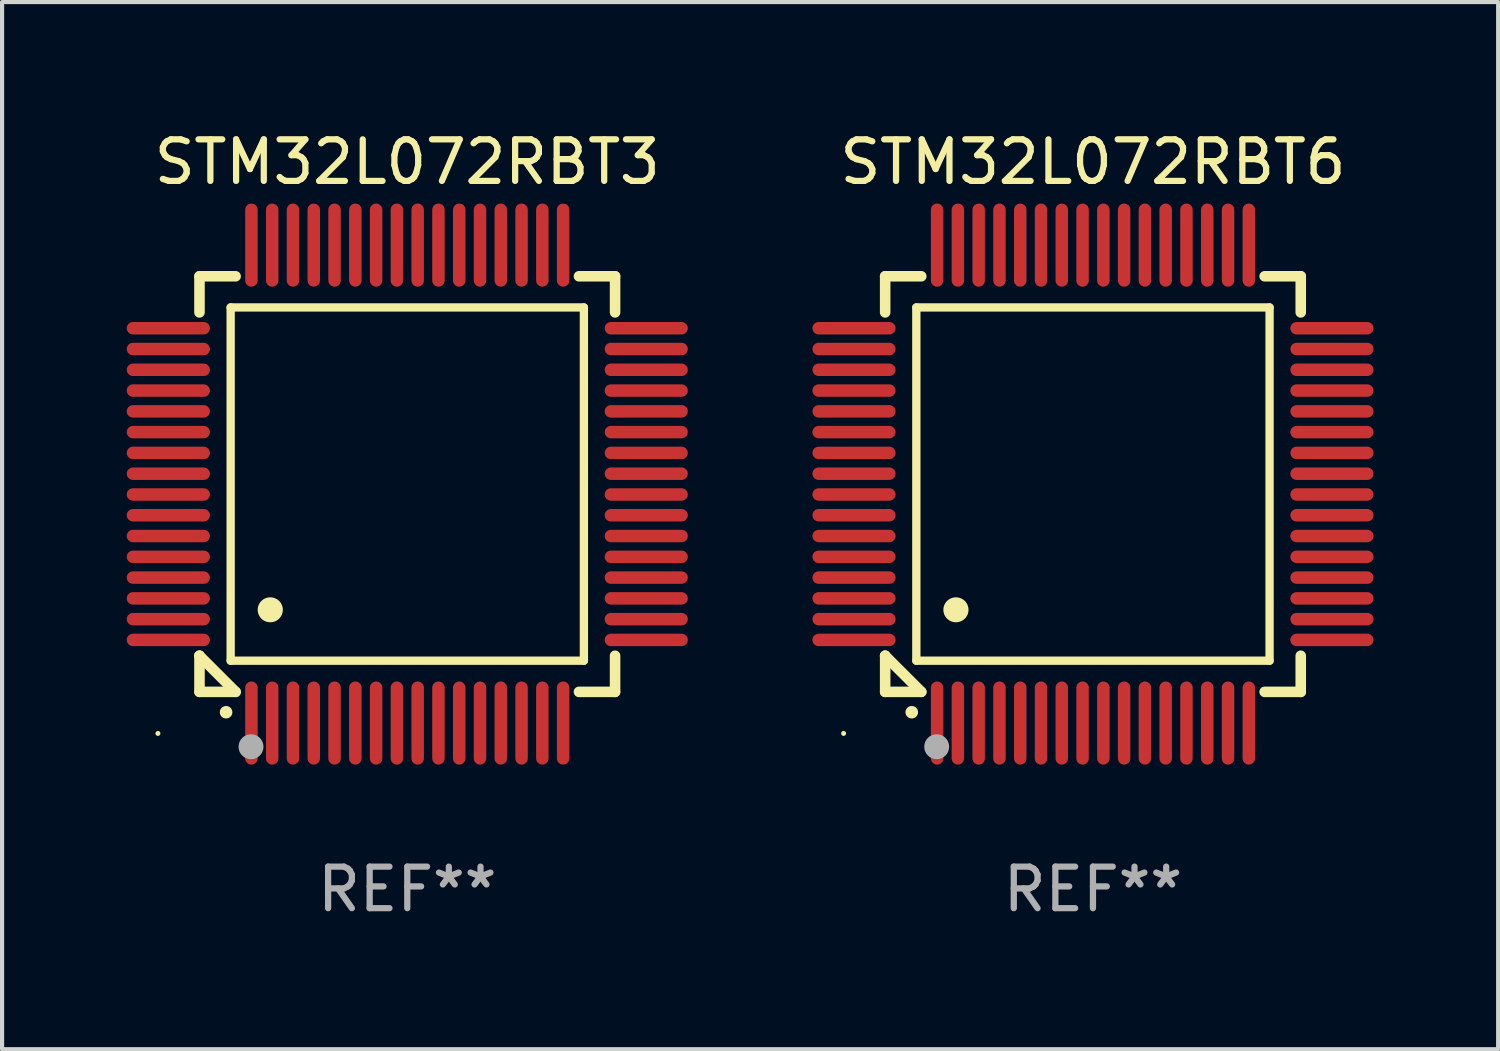
<source format=kicad_pcb>
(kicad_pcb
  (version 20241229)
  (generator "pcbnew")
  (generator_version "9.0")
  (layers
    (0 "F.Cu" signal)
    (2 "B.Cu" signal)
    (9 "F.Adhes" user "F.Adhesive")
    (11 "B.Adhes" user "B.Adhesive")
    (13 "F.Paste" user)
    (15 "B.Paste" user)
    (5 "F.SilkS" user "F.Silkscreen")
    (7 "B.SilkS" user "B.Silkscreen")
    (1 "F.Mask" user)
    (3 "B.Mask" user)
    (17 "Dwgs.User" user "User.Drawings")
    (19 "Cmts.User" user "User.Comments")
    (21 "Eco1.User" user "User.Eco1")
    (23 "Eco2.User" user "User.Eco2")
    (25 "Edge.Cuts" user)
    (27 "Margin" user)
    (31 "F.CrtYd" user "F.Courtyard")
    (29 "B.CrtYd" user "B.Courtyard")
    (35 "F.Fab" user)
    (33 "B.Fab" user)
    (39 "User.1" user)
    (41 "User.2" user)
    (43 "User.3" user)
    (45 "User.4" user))
  (footprint "STM32L072RBT6"
    (layer "F.Cu")
    (at 23.249 8.598)
    (property "Reference" "STM32L072RBT6" (at 0 -7.75 0) (layer "F.SilkS") (effects (font (size 1 1) (thickness 0.15))))
    (attr through_hole)
    (fp_line (start -5 -5) (end -4.131 -5) (stroke (width 0.254) (type solid)) (layer "F.SilkS"))
    (fp_line (start -5 -4.131) (end -5 -5) (stroke (width 0.254) (type solid)) (layer "F.SilkS"))
    (fp_line (start -5 4.131) (end -5 4.131) (stroke (width 0.254) (type solid)) (layer "F.SilkS"))
    (fp_line (start -5 5) (end -5 4.131) (stroke (width 0.254) (type solid)) (layer "F.SilkS"))
    (fp_line (start -5 4.131) (end -4.131 5) (stroke (width 0.254) (type solid)) (layer "F.SilkS"))
    (fp_line (start -4.25 -4.25) (end -4.25 4.25) (stroke (width 0.2) (type solid)) (layer "F.SilkS"))
    (fp_line (start -4.25 4.25) (end 4.25 4.25) (stroke (width 0.2) (type solid)) (layer "F.SilkS"))
    (fp_line (start -4.131 5) (end -5 5) (stroke (width 0.254) (type solid)) (layer "F.SilkS"))
    (fp_line (start 4.25 -4.25) (end -4.25 -4.25) (stroke (width 0.2) (type solid)) (layer "F.SilkS"))
    (fp_line (start 4.25 4.25) (end 4.25 -4.25) (stroke (width 0.2) (type solid)) (layer "F.SilkS"))
    (fp_line (start 5 -5) (end 4.131 -5) (stroke (width 0.254) (type solid)) (layer "F.SilkS"))
    (fp_line (start 5 -5) (end 5 -4.131) (stroke (width 0.254) (type solid)) (layer "F.SilkS"))
    (fp_line (start 5 4.131) (end 5 5) (stroke (width 0.254) (type solid)) (layer "F.SilkS"))
    (fp_line (start 5 5) (end 4.131 5) (stroke (width 0.254) (type solid)) (layer "F.SilkS"))
    (fp_arc (start -4.361265 5.489992) (mid -4.359995 5.489987) (end -4.358725 5.489992) (stroke (width 0.3) (type solid)) (layer "F.SilkS"))
    (fp_arc (start -3.299467 3.025146) (mid -3.296927 3.025135) (end -3.294387 3.025146) (stroke (width 0.6) (type solid)) (layer "F.SilkS"))
    (fp_circle (center -6 6) (end -5.97 6) (stroke (width 0.06) (type solid)) (fill no) (layer "F.SilkS"))
    (fp_circle (center -3.76 6.32) (end -3.61 6.32) (stroke (width 0.3) (type solid)) (fill no) (layer "F.Fab"))
    (fp_text user "REF**" (at 0 9.75 0) (layer "F.Fab") (effects (font (size 1 1) (thickness 0.15))))
    (pad "1" smd oval (at -3.75 5.75) (size 0.3 2) (layers "F.Cu" "F.Mask" "F.Paste"))
    (pad "2" smd oval (at -3.25 5.75) (size 0.3 2) (layers "F.Cu" "F.Mask" "F.Paste"))
    (pad "3" smd oval (at -2.75 5.75) (size 0.3 2) (layers "F.Cu" "F.Mask" "F.Paste"))
    (pad "4" smd oval (at -2.25 5.75) (size 0.3 2) (layers "F.Cu" "F.Mask" "F.Paste"))
    (pad "5" smd oval (at -1.75 5.75) (size 0.3 2) (layers "F.Cu" "F.Mask" "F.Paste"))
    (pad "6" smd oval (at -1.25 5.75) (size 0.3 2) (layers "F.Cu" "F.Mask" "F.Paste"))
    (pad "7" smd oval (at -0.75 5.75) (size 0.3 2) (layers "F.Cu" "F.Mask" "F.Paste"))
    (pad "8" smd oval (at -0.25 5.75) (size 0.3 2) (layers "F.Cu" "F.Mask" "F.Paste"))
    (pad "9" smd oval (at 0.25 5.75) (size 0.3 2) (layers "F.Cu" "F.Mask" "F.Paste"))
    (pad "10" smd oval (at 0.75 5.75) (size 0.3 2) (layers "F.Cu" "F.Mask" "F.Paste"))
    (pad "11" smd oval (at 1.25 5.75) (size 0.3 2) (layers "F.Cu" "F.Mask" "F.Paste"))
    (pad "12" smd oval (at 1.75 5.75) (size 0.3 2) (layers "F.Cu" "F.Mask" "F.Paste"))
    (pad "13" smd oval (at 2.25 5.75) (size 0.3 2) (layers "F.Cu" "F.Mask" "F.Paste"))
    (pad "14" smd oval (at 2.75 5.75) (size 0.3 2) (layers "F.Cu" "F.Mask" "F.Paste"))
    (pad "15" smd oval (at 3.25 5.75) (size 0.3 2) (layers "F.Cu" "F.Mask" "F.Paste"))
    (pad "16" smd oval (at 3.75 5.75) (size 0.3 2) (layers "F.Cu" "F.Mask" "F.Paste"))
    (pad "17" smd oval (at 5.75 3.75) (size 2 0.3) (layers "F.Cu" "F.Mask" "F.Paste"))
    (pad "18" smd oval (at 5.75 3.25) (size 2 0.3) (layers "F.Cu" "F.Mask" "F.Paste"))
    (pad "19" smd oval (at 5.75 2.75) (size 2 0.3) (layers "F.Cu" "F.Mask" "F.Paste"))
    (pad "20" smd oval (at 5.75 2.25) (size 2 0.3) (layers "F.Cu" "F.Mask" "F.Paste"))
    (pad "21" smd oval (at 5.75 1.75) (size 2 0.3) (layers "F.Cu" "F.Mask" "F.Paste"))
    (pad "22" smd oval (at 5.75 1.25) (size 2 0.3) (layers "F.Cu" "F.Mask" "F.Paste"))
    (pad "23" smd oval (at 5.75 0.75) (size 2 0.3) (layers "F.Cu" "F.Mask" "F.Paste"))
    (pad "24" smd oval (at 5.75 0.25) (size 2 0.3) (layers "F.Cu" "F.Mask" "F.Paste"))
    (pad "25" smd oval (at 5.75 -0.25) (size 2 0.3) (layers "F.Cu" "F.Mask" "F.Paste"))
    (pad "26" smd oval (at 5.75 -0.75) (size 2 0.3) (layers "F.Cu" "F.Mask" "F.Paste"))
    (pad "27" smd oval (at 5.75 -1.25) (size 2 0.3) (layers "F.Cu" "F.Mask" "F.Paste"))
    (pad "28" smd oval (at 5.75 -1.75) (size 2 0.3) (layers "F.Cu" "F.Mask" "F.Paste"))
    (pad "29" smd oval (at 5.75 -2.25) (size 2 0.3) (layers "F.Cu" "F.Mask" "F.Paste"))
    (pad "30" smd oval (at 5.75 -2.75) (size 2 0.3) (layers "F.Cu" "F.Mask" "F.Paste"))
    (pad "31" smd oval (at 5.75 -3.25) (size 2 0.3) (layers "F.Cu" "F.Mask" "F.Paste"))
    (pad "32" smd oval (at 5.75 -3.75) (size 2 0.3) (layers "F.Cu" "F.Mask" "F.Paste"))
    (pad "33" smd oval (at 3.75 -5.75) (size 0.3 2) (layers "F.Cu" "F.Mask" "F.Paste"))
    (pad "34" smd oval (at 3.25 -5.75) (size 0.3 2) (layers "F.Cu" "F.Mask" "F.Paste"))
    (pad "35" smd oval (at 2.75 -5.75) (size 0.3 2) (layers "F.Cu" "F.Mask" "F.Paste"))
    (pad "36" smd oval (at 2.25 -5.75) (size 0.3 2) (layers "F.Cu" "F.Mask" "F.Paste"))
    (pad "37" smd oval (at 1.75 -5.75) (size 0.3 2) (layers "F.Cu" "F.Mask" "F.Paste"))
    (pad "38" smd oval (at 1.25 -5.75) (size 0.3 2) (layers "F.Cu" "F.Mask" "F.Paste"))
    (pad "39" smd oval (at 0.75 -5.75) (size 0.3 2) (layers "F.Cu" "F.Mask" "F.Paste"))
    (pad "40" smd oval (at 0.25 -5.75) (size 0.3 2) (layers "F.Cu" "F.Mask" "F.Paste"))
    (pad "41" smd oval (at -0.25 -5.75) (size 0.3 2) (layers "F.Cu" "F.Mask" "F.Paste"))
    (pad "42" smd oval (at -0.75 -5.75) (size 0.3 2) (layers "F.Cu" "F.Mask" "F.Paste"))
    (pad "43" smd oval (at -1.25 -5.75) (size 0.3 2) (layers "F.Cu" "F.Mask" "F.Paste"))
    (pad "44" smd oval (at -1.75 -5.75) (size 0.3 2) (layers "F.Cu" "F.Mask" "F.Paste"))
    (pad "45" smd oval (at -2.25 -5.75) (size 0.3 2) (layers "F.Cu" "F.Mask" "F.Paste"))
    (pad "46" smd oval (at -2.75 -5.75) (size 0.3 2) (layers "F.Cu" "F.Mask" "F.Paste"))
    (pad "47" smd oval (at -3.25 -5.75) (size 0.3 2) (layers "F.Cu" "F.Mask" "F.Paste"))
    (pad "48" smd oval (at -3.75 -5.75) (size 0.3 2) (layers "F.Cu" "F.Mask" "F.Paste"))
    (pad "49" smd oval (at -5.75 -3.75) (size 2 0.3) (layers "F.Cu" "F.Mask" "F.Paste"))
    (pad "50" smd oval (at -5.75 -3.25) (size 2 0.3) (layers "F.Cu" "F.Mask" "F.Paste"))
    (pad "51" smd oval (at -5.75 -2.75) (size 2 0.3) (layers "F.Cu" "F.Mask" "F.Paste"))
    (pad "52" smd oval (at -5.75 -2.25) (size 2 0.3) (layers "F.Cu" "F.Mask" "F.Paste"))
    (pad "53" smd oval (at -5.75 -1.75) (size 2 0.3) (layers "F.Cu" "F.Mask" "F.Paste"))
    (pad "54" smd oval (at -5.75 -1.25) (size 2 0.3) (layers "F.Cu" "F.Mask" "F.Paste"))
    (pad "55" smd oval (at -5.75 -0.75) (size 2 0.3) (layers "F.Cu" "F.Mask" "F.Paste"))
    (pad "56" smd oval (at -5.75 -0.25) (size 2 0.3) (layers "F.Cu" "F.Mask" "F.Paste"))
    (pad "57" smd oval (at -5.75 0.25) (size 2 0.3) (layers "F.Cu" "F.Mask" "F.Paste"))
    (pad "58" smd oval (at -5.75 0.75) (size 2 0.3) (layers "F.Cu" "F.Mask" "F.Paste"))
    (pad "59" smd oval (at -5.75 1.25) (size 2 0.3) (layers "F.Cu" "F.Mask" "F.Paste"))
    (pad "60" smd oval (at -5.75 1.75) (size 2 0.3) (layers "F.Cu" "F.Mask" "F.Paste"))
    (pad "61" smd oval (at -5.75 2.25) (size 2 0.3) (layers "F.Cu" "F.Mask" "F.Paste"))
    (pad "62" smd oval (at -5.75 2.75) (size 2 0.3) (layers "F.Cu" "F.Mask" "F.Paste"))
    (pad "63" smd oval (at -5.75 3.25) (size 2 0.3) (layers "F.Cu" "F.Mask" "F.Paste"))
    (pad "64" smd oval (at -5.75 3.75) (size 2 0.3) (layers "F.Cu" "F.Mask" "F.Paste")))
  (footprint "STM32L072RBT3"
    (layer "F.Cu")
    (at 6.75 8.598)
    (property "Reference" "STM32L072RBT3" (at 0 -7.75 0) (layer "F.SilkS") (effects (font (size 1 1) (thickness 0.15))))
    (attr through_hole)
    (fp_line (start -5 -5) (end -4.131 -5) (stroke (width 0.254) (type solid)) (layer "F.SilkS"))
    (fp_line (start -5 -4.131) (end -5 -5) (stroke (width 0.254) (type solid)) (layer "F.SilkS"))
    (fp_line (start -5 4.131) (end -5 4.131) (stroke (width 0.254) (type solid)) (layer "F.SilkS"))
    (fp_line (start -5 5) (end -5 4.131) (stroke (width 0.254) (type solid)) (layer "F.SilkS"))
    (fp_line (start -5 4.131) (end -4.131 5) (stroke (width 0.254) (type solid)) (layer "F.SilkS"))
    (fp_line (start -4.25 -4.25) (end -4.25 4.25) (stroke (width 0.2) (type solid)) (layer "F.SilkS"))
    (fp_line (start -4.25 4.25) (end 4.25 4.25) (stroke (width 0.2) (type solid)) (layer "F.SilkS"))
    (fp_line (start -4.131 5) (end -5 5) (stroke (width 0.254) (type solid)) (layer "F.SilkS"))
    (fp_line (start 4.25 -4.25) (end -4.25 -4.25) (stroke (width 0.2) (type solid)) (layer "F.SilkS"))
    (fp_line (start 4.25 4.25) (end 4.25 -4.25) (stroke (width 0.2) (type solid)) (layer "F.SilkS"))
    (fp_line (start 5 -5) (end 4.131 -5) (stroke (width 0.254) (type solid)) (layer "F.SilkS"))
    (fp_line (start 5 -5) (end 5 -4.131) (stroke (width 0.254) (type solid)) (layer "F.SilkS"))
    (fp_line (start 5 4.131) (end 5 5) (stroke (width 0.254) (type solid)) (layer "F.SilkS"))
    (fp_line (start 5 5) (end 4.131 5) (stroke (width 0.254) (type solid)) (layer "F.SilkS"))
    (fp_arc (start -4.361265 5.489992) (mid -4.359995 5.489987) (end -4.358725 5.489992) (stroke (width 0.3) (type solid)) (layer "F.SilkS"))
    (fp_arc (start -3.299467 3.025146) (mid -3.296927 3.025135) (end -3.294387 3.025146) (stroke (width 0.6) (type solid)) (layer "F.SilkS"))
    (fp_circle (center -6 6) (end -5.97 6) (stroke (width 0.06) (type solid)) (fill no) (layer "F.SilkS"))
    (fp_circle (center -3.76 6.32) (end -3.61 6.32) (stroke (width 0.3) (type solid)) (fill no) (layer "F.Fab"))
    (fp_text user "REF**" (at 0 9.75 0) (layer "F.Fab") (effects (font (size 1 1) (thickness 0.15))))
    (pad "1" smd oval (at -3.75 5.75) (size 0.3 2) (layers "F.Cu" "F.Mask" "F.Paste"))
    (pad "2" smd oval (at -3.25 5.75) (size 0.3 2) (layers "F.Cu" "F.Mask" "F.Paste"))
    (pad "3" smd oval (at -2.75 5.75) (size 0.3 2) (layers "F.Cu" "F.Mask" "F.Paste"))
    (pad "4" smd oval (at -2.25 5.75) (size 0.3 2) (layers "F.Cu" "F.Mask" "F.Paste"))
    (pad "5" smd oval (at -1.75 5.75) (size 0.3 2) (layers "F.Cu" "F.Mask" "F.Paste"))
    (pad "6" smd oval (at -1.25 5.75) (size 0.3 2) (layers "F.Cu" "F.Mask" "F.Paste"))
    (pad "7" smd oval (at -0.75 5.75) (size 0.3 2) (layers "F.Cu" "F.Mask" "F.Paste"))
    (pad "8" smd oval (at -0.25 5.75) (size 0.3 2) (layers "F.Cu" "F.Mask" "F.Paste"))
    (pad "9" smd oval (at 0.25 5.75) (size 0.3 2) (layers "F.Cu" "F.Mask" "F.Paste"))
    (pad "10" smd oval (at 0.75 5.75) (size 0.3 2) (layers "F.Cu" "F.Mask" "F.Paste"))
    (pad "11" smd oval (at 1.25 5.75) (size 0.3 2) (layers "F.Cu" "F.Mask" "F.Paste"))
    (pad "12" smd oval (at 1.75 5.75) (size 0.3 2) (layers "F.Cu" "F.Mask" "F.Paste"))
    (pad "13" smd oval (at 2.25 5.75) (size 0.3 2) (layers "F.Cu" "F.Mask" "F.Paste"))
    (pad "14" smd oval (at 2.75 5.75) (size 0.3 2) (layers "F.Cu" "F.Mask" "F.Paste"))
    (pad "15" smd oval (at 3.25 5.75) (size 0.3 2) (layers "F.Cu" "F.Mask" "F.Paste"))
    (pad "16" smd oval (at 3.75 5.75) (size 0.3 2) (layers "F.Cu" "F.Mask" "F.Paste"))
    (pad "17" smd oval (at 5.75 3.75) (size 2 0.3) (layers "F.Cu" "F.Mask" "F.Paste"))
    (pad "18" smd oval (at 5.75 3.25) (size 2 0.3) (layers "F.Cu" "F.Mask" "F.Paste"))
    (pad "19" smd oval (at 5.75 2.75) (size 2 0.3) (layers "F.Cu" "F.Mask" "F.Paste"))
    (pad "20" smd oval (at 5.75 2.25) (size 2 0.3) (layers "F.Cu" "F.Mask" "F.Paste"))
    (pad "21" smd oval (at 5.75 1.75) (size 2 0.3) (layers "F.Cu" "F.Mask" "F.Paste"))
    (pad "22" smd oval (at 5.75 1.25) (size 2 0.3) (layers "F.Cu" "F.Mask" "F.Paste"))
    (pad "23" smd oval (at 5.75 0.75) (size 2 0.3) (layers "F.Cu" "F.Mask" "F.Paste"))
    (pad "24" smd oval (at 5.75 0.25) (size 2 0.3) (layers "F.Cu" "F.Mask" "F.Paste"))
    (pad "25" smd oval (at 5.75 -0.25) (size 2 0.3) (layers "F.Cu" "F.Mask" "F.Paste"))
    (pad "26" smd oval (at 5.75 -0.75) (size 2 0.3) (layers "F.Cu" "F.Mask" "F.Paste"))
    (pad "27" smd oval (at 5.75 -1.25) (size 2 0.3) (layers "F.Cu" "F.Mask" "F.Paste"))
    (pad "28" smd oval (at 5.75 -1.75) (size 2 0.3) (layers "F.Cu" "F.Mask" "F.Paste"))
    (pad "29" smd oval (at 5.75 -2.25) (size 2 0.3) (layers "F.Cu" "F.Mask" "F.Paste"))
    (pad "30" smd oval (at 5.75 -2.75) (size 2 0.3) (layers "F.Cu" "F.Mask" "F.Paste"))
    (pad "31" smd oval (at 5.75 -3.25) (size 2 0.3) (layers "F.Cu" "F.Mask" "F.Paste"))
    (pad "32" smd oval (at 5.75 -3.75) (size 2 0.3) (layers "F.Cu" "F.Mask" "F.Paste"))
    (pad "33" smd oval (at 3.75 -5.75) (size 0.3 2) (layers "F.Cu" "F.Mask" "F.Paste"))
    (pad "34" smd oval (at 3.25 -5.75) (size 0.3 2) (layers "F.Cu" "F.Mask" "F.Paste"))
    (pad "35" smd oval (at 2.75 -5.75) (size 0.3 2) (layers "F.Cu" "F.Mask" "F.Paste"))
    (pad "36" smd oval (at 2.25 -5.75) (size 0.3 2) (layers "F.Cu" "F.Mask" "F.Paste"))
    (pad "37" smd oval (at 1.75 -5.75) (size 0.3 2) (layers "F.Cu" "F.Mask" "F.Paste"))
    (pad "38" smd oval (at 1.25 -5.75) (size 0.3 2) (layers "F.Cu" "F.Mask" "F.Paste"))
    (pad "39" smd oval (at 0.75 -5.75) (size 0.3 2) (layers "F.Cu" "F.Mask" "F.Paste"))
    (pad "40" smd oval (at 0.25 -5.75) (size 0.3 2) (layers "F.Cu" "F.Mask" "F.Paste"))
    (pad "41" smd oval (at -0.25 -5.75) (size 0.3 2) (layers "F.Cu" "F.Mask" "F.Paste"))
    (pad "42" smd oval (at -0.75 -5.75) (size 0.3 2) (layers "F.Cu" "F.Mask" "F.Paste"))
    (pad "43" smd oval (at -1.25 -5.75) (size 0.3 2) (layers "F.Cu" "F.Mask" "F.Paste"))
    (pad "44" smd oval (at -1.75 -5.75) (size 0.3 2) (layers "F.Cu" "F.Mask" "F.Paste"))
    (pad "45" smd oval (at -2.25 -5.75) (size 0.3 2) (layers "F.Cu" "F.Mask" "F.Paste"))
    (pad "46" smd oval (at -2.75 -5.75) (size 0.3 2) (layers "F.Cu" "F.Mask" "F.Paste"))
    (pad "47" smd oval (at -3.25 -5.75) (size 0.3 2) (layers "F.Cu" "F.Mask" "F.Paste"))
    (pad "48" smd oval (at -3.75 -5.75) (size 0.3 2) (layers "F.Cu" "F.Mask" "F.Paste"))
    (pad "49" smd oval (at -5.75 -3.75) (size 2 0.3) (layers "F.Cu" "F.Mask" "F.Paste"))
    (pad "50" smd oval (at -5.75 -3.25) (size 2 0.3) (layers "F.Cu" "F.Mask" "F.Paste"))
    (pad "51" smd oval (at -5.75 -2.75) (size 2 0.3) (layers "F.Cu" "F.Mask" "F.Paste"))
    (pad "52" smd oval (at -5.75 -2.25) (size 2 0.3) (layers "F.Cu" "F.Mask" "F.Paste"))
    (pad "53" smd oval (at -5.75 -1.75) (size 2 0.3) (layers "F.Cu" "F.Mask" "F.Paste"))
    (pad "54" smd oval (at -5.75 -1.25) (size 2 0.3) (layers "F.Cu" "F.Mask" "F.Paste"))
    (pad "55" smd oval (at -5.75 -0.75) (size 2 0.3) (layers "F.Cu" "F.Mask" "F.Paste"))
    (pad "56" smd oval (at -5.75 -0.25) (size 2 0.3) (layers "F.Cu" "F.Mask" "F.Paste"))
    (pad "57" smd oval (at -5.75 0.25) (size 2 0.3) (layers "F.Cu" "F.Mask" "F.Paste"))
    (pad "58" smd oval (at -5.75 0.75) (size 2 0.3) (layers "F.Cu" "F.Mask" "F.Paste"))
    (pad "59" smd oval (at -5.75 1.25) (size 2 0.3) (layers "F.Cu" "F.Mask" "F.Paste"))
    (pad "60" smd oval (at -5.75 1.75) (size 2 0.3) (layers "F.Cu" "F.Mask" "F.Paste"))
    (pad "61" smd oval (at -5.75 2.25) (size 2 0.3) (layers "F.Cu" "F.Mask" "F.Paste"))
    (pad "62" smd oval (at -5.75 2.75) (size 2 0.3) (layers "F.Cu" "F.Mask" "F.Paste"))
    (pad "63" smd oval (at -5.75 3.25) (size 2 0.3) (layers "F.Cu" "F.Mask" "F.Paste"))
    (pad "64" smd oval (at -5.75 3.75) (size 2 0.3) (layers "F.Cu" "F.Mask" "F.Paste")))
  (gr_rect
    (start -3 -3)
    (end 32.999 22.196)
    (stroke (width 0.1) (type default))
    (fill no)
    (layer "Edge.Cuts")))
</source>
